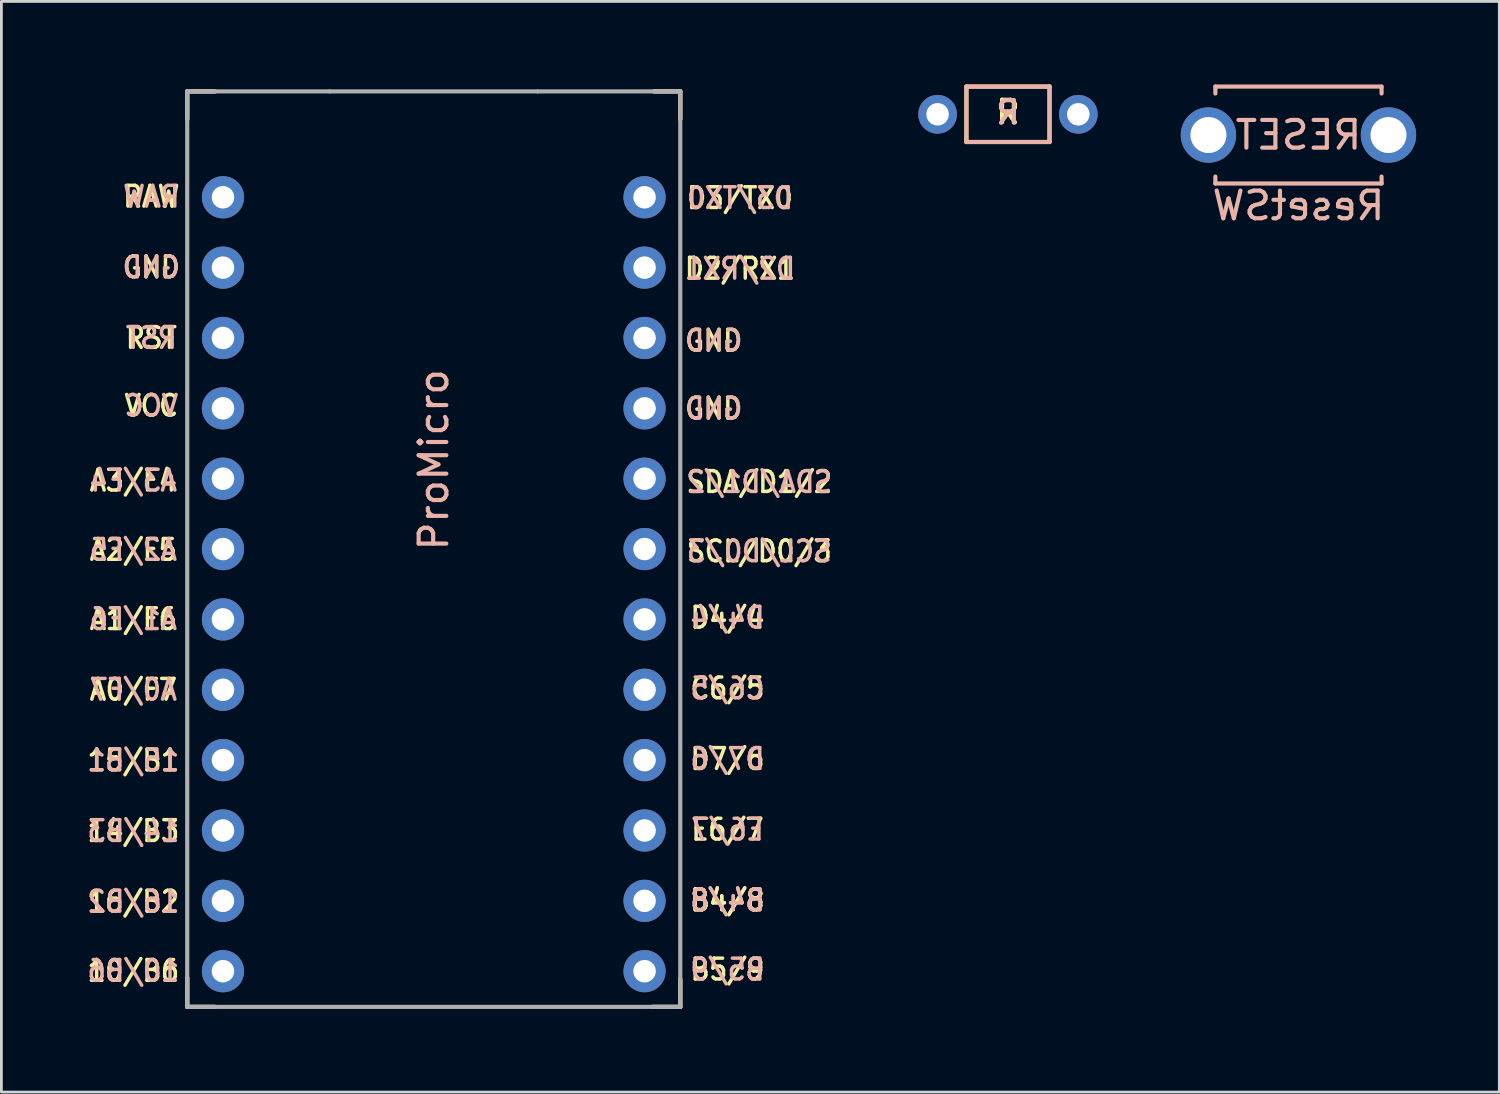
<source format=kicad_pcb>
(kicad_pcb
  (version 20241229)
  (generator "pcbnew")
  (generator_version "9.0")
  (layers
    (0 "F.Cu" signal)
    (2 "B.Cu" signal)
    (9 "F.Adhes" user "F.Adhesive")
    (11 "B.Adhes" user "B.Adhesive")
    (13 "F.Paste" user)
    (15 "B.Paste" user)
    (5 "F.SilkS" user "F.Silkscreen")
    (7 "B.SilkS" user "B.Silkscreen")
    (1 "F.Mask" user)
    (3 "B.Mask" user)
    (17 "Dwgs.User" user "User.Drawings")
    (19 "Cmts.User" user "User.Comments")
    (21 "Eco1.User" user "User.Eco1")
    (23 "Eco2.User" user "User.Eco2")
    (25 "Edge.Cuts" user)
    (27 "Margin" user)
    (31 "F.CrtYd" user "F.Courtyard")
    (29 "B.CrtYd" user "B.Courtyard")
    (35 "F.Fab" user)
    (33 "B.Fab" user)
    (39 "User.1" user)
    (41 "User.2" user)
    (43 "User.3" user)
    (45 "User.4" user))
  (footprint "R"
    (layer "F.Cu")
    (at 33.339 1.076)
    (property "Reference" "R" (at 0 -0.08 0) (layer "F.SilkS") (effects (font (size 0.813 0.813) (thickness 0.15))))
    (attr through_hole)
    (fp_line (start -1.501 -1.001) (end -1.501 1.001) (stroke (width 0.15) (type solid)) (layer "F.SilkS"))
    (fp_line (start -1.501 1.001) (end 1.501 1.001) (stroke (width 0.15) (type solid)) (layer "F.SilkS"))
    (fp_line (start 1.501 -1.001) (end -1.501 -1.001) (stroke (width 0.15) (type solid)) (layer "F.SilkS"))
    (fp_line (start 1.501 1.001) (end 1.501 -1.001) (stroke (width 0.15) (type solid)) (layer "F.SilkS"))
    (fp_line (start -1.5 -1) (end 1.5 -1) (stroke (width 0.15) (type solid)) (layer "B.SilkS"))
    (fp_line (start -1.5 1) (end -1.5 -1) (stroke (width 0.15) (type solid)) (layer "B.SilkS"))
    (fp_line (start 1.5 -1) (end 1.5 1) (stroke (width 0.15) (type solid)) (layer "B.SilkS"))
    (fp_line (start 1.5 1) (end -1.5 1) (stroke (width 0.15) (type solid)) (layer "B.SilkS"))
    (fp_text user "${REFERENCE}" (at 0 -0.064 0) (layer "B.SilkS") (effects (font (size 0.813 0.813) (thickness 0.15)) (justify mirror)))
    (pad "1" thru_hole circle (at -2.54 0) (size 1.397 1.397) (drill 0.813) (layers "*.Cu" "*.Mask"))
    (pad "2" thru_hole circle (at 2.54 0) (size 1.397 1.397) (drill 0.813) (layers "*.Cu" "*.Mask")))
  (footprint "ProMicro"
    (layer "F.Cu")
    (at 12.609 0.25)
    (property "Reference" "ProMicro" (at 0 13.3 270) (layer "B.SilkS") (effects (font (size 1 1) (thickness 0.15))))
    (attr through_hole)
    (fp_line (start -8.9 0) (end -8.9 1) (stroke (width 0.15) (type solid)) (layer "F.SilkS"))
    (fp_line (start -8.9 0) (end -7.9 0) (stroke (width 0.15) (type solid)) (layer "F.SilkS"))
    (fp_line (start -8.9 32) (end -8.9 33.05) (stroke (width 0.15) (type solid)) (layer "F.SilkS"))
    (fp_line (start -8.9 33.05) (end -7.9 33.05) (stroke (width 0.15) (type solid)) (layer "F.SilkS"))
    (fp_line (start 8.9 0) (end 7.95 0) (stroke (width 0.15) (type solid)) (layer "F.SilkS"))
    (fp_line (start 8.9 0) (end 8.9 1) (stroke (width 0.15) (type solid)) (layer "F.SilkS"))
    (fp_line (start 8.9 32.05) (end 8.9 33.05) (stroke (width 0.15) (type solid)) (layer "F.SilkS"))
    (fp_line (start 8.9 33.05) (end 7.89 33.05) (stroke (width 0.15) (type solid)) (layer "F.SilkS"))
    (fp_line (start -8.9 0) (end -8.9 1) (stroke (width 0.15) (type solid)) (layer "B.SilkS"))
    (fp_line (start -8.9 0) (end -7.9 0) (stroke (width 0.15) (type solid)) (layer "B.SilkS"))
    (fp_line (start -8.9 32) (end -8.9 33.05) (stroke (width 0.15) (type solid)) (layer "B.SilkS"))
    (fp_line (start -8.9 33.05) (end -7.9 33.05) (stroke (width 0.15) (type solid)) (layer "B.SilkS"))
    (fp_line (start 8.9 0) (end 7.95 0) (stroke (width 0.15) (type solid)) (layer "B.SilkS"))
    (fp_line (start 8.9 0) (end 8.9 1) (stroke (width 0.15) (type solid)) (layer "B.SilkS"))
    (fp_line (start 8.9 32.05) (end 8.9 33.05) (stroke (width 0.15) (type solid)) (layer "B.SilkS"))
    (fp_line (start 8.9 33.05) (end 7.89 33.05) (stroke (width 0.15) (type solid)) (layer "B.SilkS"))
    (fp_line (start -8.9 0) (end -3.75 0) (stroke (width 0.15) (type solid)) (layer "F.Fab"))
    (fp_line (start -8.9 33.05) (end -8.9 0) (stroke (width 0.15) (type solid)) (layer "F.Fab"))
    (fp_line (start -3.75 0) (end 3.75 0) (stroke (width 0.15) (type solid)) (layer "F.Fab"))
    (fp_line (start 3.76 0) (end 8.9 0) (stroke (width 0.15) (type solid)) (layer "F.Fab"))
    (fp_line (start 8.9 0) (end 8.9 33.05) (stroke (width 0.15) (type solid)) (layer "F.Fab"))
    (fp_line (start 8.9 33.05) (end -8.9 33.05) (stroke (width 0.15) (type solid)) (layer "F.Fab"))
    (fp_text user "C6/5" (at 10.605 21.55 0) (unlocked yes) (layer "F.SilkS") (effects (font (size 0.75 0.67) (thickness 0.125))))
    (fp_text user "A2/F5" (at -10.845 16.55 0) (unlocked yes) (layer "F.SilkS") (effects (font (size 0.75 0.67) (thickness 0.125))))
    (fp_text user "B4/8" (at 10.605 29.2 0) (unlocked yes) (layer "F.SilkS") (effects (font (size 0.75 0.67) (thickness 0.125))))
    (fp_text user "16/B2" (at -10.845 29.25 0) (unlocked yes) (layer "F.SilkS") (effects (font (size 0.75 0.67) (thickness 0.125))))
    (fp_text user "RAW" (at -10.195 3.8 0) (unlocked yes) (layer "F.SilkS") (effects (font (size 0.75 0.67) (thickness 0.125))))
    (fp_text user "D3/TX0" (at 11.055 3.85 0) (unlocked yes) (layer "F.SilkS") (effects (font (size 0.75 0.67) (thickness 0.125))))
    (fp_text user "D4/4" (at 10.605 19 0) (unlocked yes) (layer "F.SilkS") (effects (font (size 0.75 0.67) (thickness 0.125))))
    (fp_text user "10/B6" (at -10.845 31.75 0) (unlocked yes) (layer "F.SilkS") (effects (font (size 0.75 0.67) (thickness 0.125))))
    (fp_text user "B4/8" (at 10.605 29.2 0) (unlocked yes) (layer "F.SilkS") (effects (font (size 0.75 0.67) (thickness 0.125))))
    (fp_text user "A1/F6" (at -10.845 19.05 0) (unlocked yes) (layer "F.SilkS") (effects (font (size 0.75 0.67) (thickness 0.125))))
    (fp_text user "D7/6" (at 10.605 24.1 0) (unlocked yes) (layer "F.SilkS") (effects (font (size 0.75 0.67) (thickness 0.125))))
    (fp_text user "15/B1" (at -10.845 24.15 0) (unlocked yes) (layer "F.SilkS") (effects (font (size 0.75 0.67) (thickness 0.125))))
    (fp_text user "E6/7" (at 10.605 26.65 0) (unlocked yes) (layer "F.SilkS") (effects (font (size 0.75 0.67) (thickness 0.125))))
    (fp_text user "SDA/D1/2" (at 11.755 14.1 0) (unlocked yes) (layer "F.SilkS") (effects (font (size 0.75 0.67) (thickness 0.125))))
    (fp_text user "GND" (at -10.195 6.35 0) (unlocked yes) (layer "F.SilkS") (effects (font (size 0.75 0.67) (thickness 0.125))))
    (fp_text user "A3/F4" (at -10.845 14.05 0) (unlocked yes) (layer "F.SilkS") (effects (font (size 0.75 0.67) (thickness 0.125))))
    (fp_text user "D2/RX1" (at 11.055 6.4 0) (unlocked yes) (layer "F.SilkS") (effects (font (size 0.75 0.67) (thickness 0.125))))
    (fp_text user "GND" (at 10.105 9 0) (unlocked yes) (layer "F.SilkS") (effects (font (size 0.75 0.67) (thickness 0.125))))
    (fp_text user "A0/F7" (at -10.845 21.6 0) (unlocked yes) (layer "F.SilkS") (effects (font (size 0.75 0.67) (thickness 0.125))))
    (fp_text user "GND" (at 10.105 11.45 0) (unlocked yes) (layer "F.SilkS") (effects (font (size 0.75 0.67) (thickness 0.125))))
    (fp_text user "B5/9" (at 10.605 31.7 0) (unlocked yes) (layer "F.SilkS") (effects (font (size 0.75 0.67) (thickness 0.125))))
    (fp_text user "SCL/D0/3" (at 11.755 16.6 0) (unlocked yes) (layer "F.SilkS") (effects (font (size 0.75 0.67) (thickness 0.125))))
    (fp_text user "RST" (at -10.195 8.9 0) (unlocked yes) (layer "F.SilkS") (effects (font (size 0.75 0.67) (thickness 0.125))))
    (fp_text user "VCC" (at -10.195 11.35 0) (unlocked yes) (layer "F.SilkS") (effects (font (size 0.75 0.67) (thickness 0.125))))
    (fp_text user "14/B3" (at -10.845 26.7 0) (unlocked yes) (layer "F.SilkS") (effects (font (size 0.75 0.67) (thickness 0.125))))
    (fp_text user "D7/6" (at 10.605 24.1 0) (unlocked yes) (layer "B.SilkS") (effects (font (size 0.75 0.67) (thickness 0.125)) (justify mirror)))
    (fp_text user "A3/F4" (at -10.845 14.05 0) (unlocked yes) (layer "B.SilkS") (effects (font (size 0.75 0.67) (thickness 0.125)) (justify mirror)))
    (fp_text user "D2/RX1" (at 11.055 6.4 0) (unlocked yes) (layer "B.SilkS") (effects (font (size 0.75 0.67) (thickness 0.125)) (justify mirror)))
    (fp_text user "B4/8" (at 10.605 29.2 0) (unlocked yes) (layer "B.SilkS") (effects (font (size 0.75 0.67) (thickness 0.125)) (justify mirror)))
    (fp_text user "A2/F5" (at -10.845 16.55 0) (unlocked yes) (layer "B.SilkS") (effects (font (size 0.75 0.67) (thickness 0.125)) (justify mirror)))
    (fp_text user "A1/F6" (at -10.845 19.05 0) (unlocked yes) (layer "B.SilkS") (effects (font (size 0.75 0.67) (thickness 0.125)) (justify mirror)))
    (fp_text user "SCL/D0/3" (at 11.755 16.6 0) (unlocked yes) (layer "B.SilkS") (effects (font (size 0.75 0.67) (thickness 0.125)) (justify mirror)))
    (fp_text user "16/B2" (at -10.845 29.25 0) (unlocked yes) (layer "B.SilkS") (effects (font (size 0.75 0.67) (thickness 0.125)) (justify mirror)))
    (fp_text user "B4/8" (at 10.605 29.2 0) (unlocked yes) (layer "B.SilkS") (effects (font (size 0.75 0.67) (thickness 0.125)) (justify mirror)))
    (fp_text user "15/B1" (at -10.845 24.15 0) (unlocked yes) (layer "B.SilkS") (effects (font (size 0.75 0.67) (thickness 0.125)) (justify mirror)))
    (fp_text user "GND" (at -10.195 6.35 0) (unlocked yes) (layer "B.SilkS") (effects (font (size 0.75 0.67) (thickness 0.125)) (justify mirror)))
    (fp_text user "SDA/D1/2" (at 11.755 14.1 0) (unlocked yes) (layer "B.SilkS") (effects (font (size 0.75 0.67) (thickness 0.125)) (justify mirror)))
    (fp_text user "GND" (at 10.105 11.45 0) (unlocked yes) (layer "B.SilkS") (effects (font (size 0.75 0.67) (thickness 0.125)) (justify mirror)))
    (fp_text user "VCC" (at -10.195 11.35 0) (unlocked yes) (layer "B.SilkS") (effects (font (size 0.75 0.67) (thickness 0.125)) (justify mirror)))
    (fp_text user "D3/TX0" (at 11.055 3.85 0) (unlocked yes) (layer "B.SilkS") (effects (font (size 0.75 0.67) (thickness 0.125)) (justify mirror)))
    (fp_text user "14/B3" (at -10.845 26.7 0) (unlocked yes) (layer "B.SilkS") (effects (font (size 0.75 0.67) (thickness 0.125)) (justify mirror)))
    (fp_text user "RST" (at -10.195 8.9 0) (unlocked yes) (layer "B.SilkS") (effects (font (size 0.75 0.67) (thickness 0.125)) (justify mirror)))
    (fp_text user "RAW" (at -10.195 3.8 0) (unlocked yes) (layer "B.SilkS") (effects (font (size 0.75 0.67) (thickness 0.125)) (justify mirror)))
    (fp_text user "GND" (at 10.105 9 0) (unlocked yes) (layer "B.SilkS") (effects (font (size 0.75 0.67) (thickness 0.125)) (justify mirror)))
    (fp_text user "10/B6" (at -10.845 31.75 0) (unlocked yes) (layer "B.SilkS") (effects (font (size 0.75 0.67) (thickness 0.125)) (justify mirror)))
    (fp_text user "A0/F7" (at -10.845 21.6 0) (unlocked yes) (layer "B.SilkS") (effects (font (size 0.75 0.67) (thickness 0.125)) (justify mirror)))
    (fp_text user "B5/9" (at 10.605 31.7 0) (unlocked yes) (layer "B.SilkS") (effects (font (size 0.75 0.67) (thickness 0.125)) (justify mirror)))
    (fp_text user "D4/4" (at 10.605 19 0) (unlocked yes) (layer "B.SilkS") (effects (font (size 0.75 0.67) (thickness 0.125)) (justify mirror)))
    (fp_text user "E6/7" (at 10.605 26.65 0) (unlocked yes) (layer "B.SilkS") (effects (font (size 0.75 0.67) (thickness 0.125)) (justify mirror)))
    (fp_text user "C6/5" (at 10.605 21.55 0) (unlocked yes) (layer "B.SilkS") (effects (font (size 0.75 0.67) (thickness 0.125)) (justify mirror)))
    (pad "1" thru_hole circle (at 7.611 3.822) (size 1.524 1.524) (drill 0.813) (layers "*.Cu" "*.Mask"))
    (pad "2" thru_hole circle (at 7.611 6.362) (size 1.524 1.524) (drill 0.813) (layers "*.Cu" "*.Mask"))
    (pad "3" thru_hole circle (at 7.611 8.902) (size 1.524 1.524) (drill 0.813) (layers "*.Cu" "*.Mask"))
    (pad "4" thru_hole circle (at 7.611 11.442) (size 1.524 1.524) (drill 0.813) (layers "*.Cu" "*.Mask"))
    (pad "5" thru_hole circle (at 7.611 13.982) (size 1.524 1.524) (drill 0.813) (layers "*.Cu" "*.Mask"))
    (pad "6" thru_hole circle (at 7.611 16.522) (size 1.524 1.524) (drill 0.813) (layers "*.Cu" "*.Mask"))
    (pad "7" thru_hole circle (at 7.611 19.062) (size 1.524 1.524) (drill 0.813) (layers "*.Cu" "*.Mask"))
    (pad "8" thru_hole circle (at 7.611 21.602) (size 1.524 1.524) (drill 0.813) (layers "*.Cu" "*.Mask"))
    (pad "9" thru_hole circle (at 7.611 24.142) (size 1.524 1.524) (drill 0.813) (layers "*.Cu" "*.Mask"))
    (pad "10" thru_hole circle (at 7.611 26.682) (size 1.524 1.524) (drill 0.813) (layers "*.Cu" "*.Mask"))
    (pad "11" thru_hole circle (at 7.611 29.222) (size 1.524 1.524) (drill 0.813) (layers "*.Cu" "*.Mask"))
    (pad "12" thru_hole circle (at 7.611 31.762) (size 1.524 1.524) (drill 0.813) (layers "*.Cu" "*.Mask"))
    (pad "13" thru_hole circle (at -7.609 31.762) (size 1.524 1.524) (drill 0.813) (layers "*.Cu" "*.Mask"))
    (pad "14" thru_hole circle (at -7.609 29.222) (size 1.524 1.524) (drill 0.813) (layers "*.Cu" "*.Mask"))
    (pad "15" thru_hole circle (at -7.609 26.682) (size 1.524 1.524) (drill 0.813) (layers "*.Cu" "*.Mask"))
    (pad "16" thru_hole circle (at -7.609 24.142) (size 1.524 1.524) (drill 0.813) (layers "*.Cu" "*.Mask"))
    (pad "17" thru_hole circle (at -7.609 21.602) (size 1.524 1.524) (drill 0.813) (layers "*.Cu" "*.Mask"))
    (pad "18" thru_hole circle (at -7.609 19.062) (size 1.524 1.524) (drill 0.813) (layers "*.Cu" "*.Mask"))
    (pad "19" thru_hole circle (at -7.609 16.522) (size 1.524 1.524) (drill 0.813) (layers "*.Cu" "*.Mask"))
    (pad "20" thru_hole circle (at -7.609 13.982) (size 1.524 1.524) (drill 0.813) (layers "*.Cu" "*.Mask"))
    (pad "21" thru_hole circle (at -7.609 11.442) (size 1.524 1.524) (drill 0.813) (layers "*.Cu" "*.Mask"))
    (pad "22" thru_hole circle (at -7.609 8.902) (size 1.524 1.524) (drill 0.813) (layers "*.Cu" "*.Mask"))
    (pad "23" thru_hole circle (at -7.609 6.362) (size 1.524 1.524) (drill 0.813) (layers "*.Cu" "*.Mask"))
    (pad "24" thru_hole circle (at -7.609 3.822) (size 1.524 1.524) (drill 0.813) (layers "*.Cu" "*.Mask")))
  (footprint "ResetSW"
    (layer "F.Cu")
    (at 43.827 1.825)
    (property "Reference" "ResetSW" (at 0 2.55 0) (layer "B.SilkS") (effects (font (size 1 1) (thickness 0.15)) (justify mirror)))
    (attr through_hole)
    (fp_line (start -3 -1.75) (end 3 -1.75) (stroke (width 0.15) (type solid)) (layer "B.SilkS"))
    (fp_line (start -3 -1.5) (end -3 -1.75) (stroke (width 0.15) (type solid)) (layer "B.SilkS"))
    (fp_line (start -3 1.75) (end -3 1.5) (stroke (width 0.15) (type solid)) (layer "B.SilkS"))
    (fp_line (start 3 -1.75) (end 3 -1.5) (stroke (width 0.15) (type solid)) (layer "B.SilkS"))
    (fp_line (start 3 1.5) (end 3 1.75) (stroke (width 0.15) (type solid)) (layer "B.SilkS"))
    (fp_line (start 3 1.75) (end -3 1.75) (stroke (width 0.15) (type solid)) (layer "B.SilkS"))
    (fp_text user "RESET" (at 0 0 0) (layer "B.SilkS") (effects (font (size 1 1) (thickness 0.15)) (justify mirror)))
    (pad "1" thru_hole circle (at 3.25 0) (size 2 2) (drill 1.3) (layers "*.Cu" "*.Mask"))
    (pad "2" thru_hole circle (at -3.25 0) (size 2 2) (drill 1.3) (layers "*.Cu" "*.Mask")))
  (gr_rect
    (start -3 -3)
    (end 51.077 36.375)
    (stroke (width 0.1) (type default))
    (fill no)
    (layer "Edge.Cuts")))
</source>
